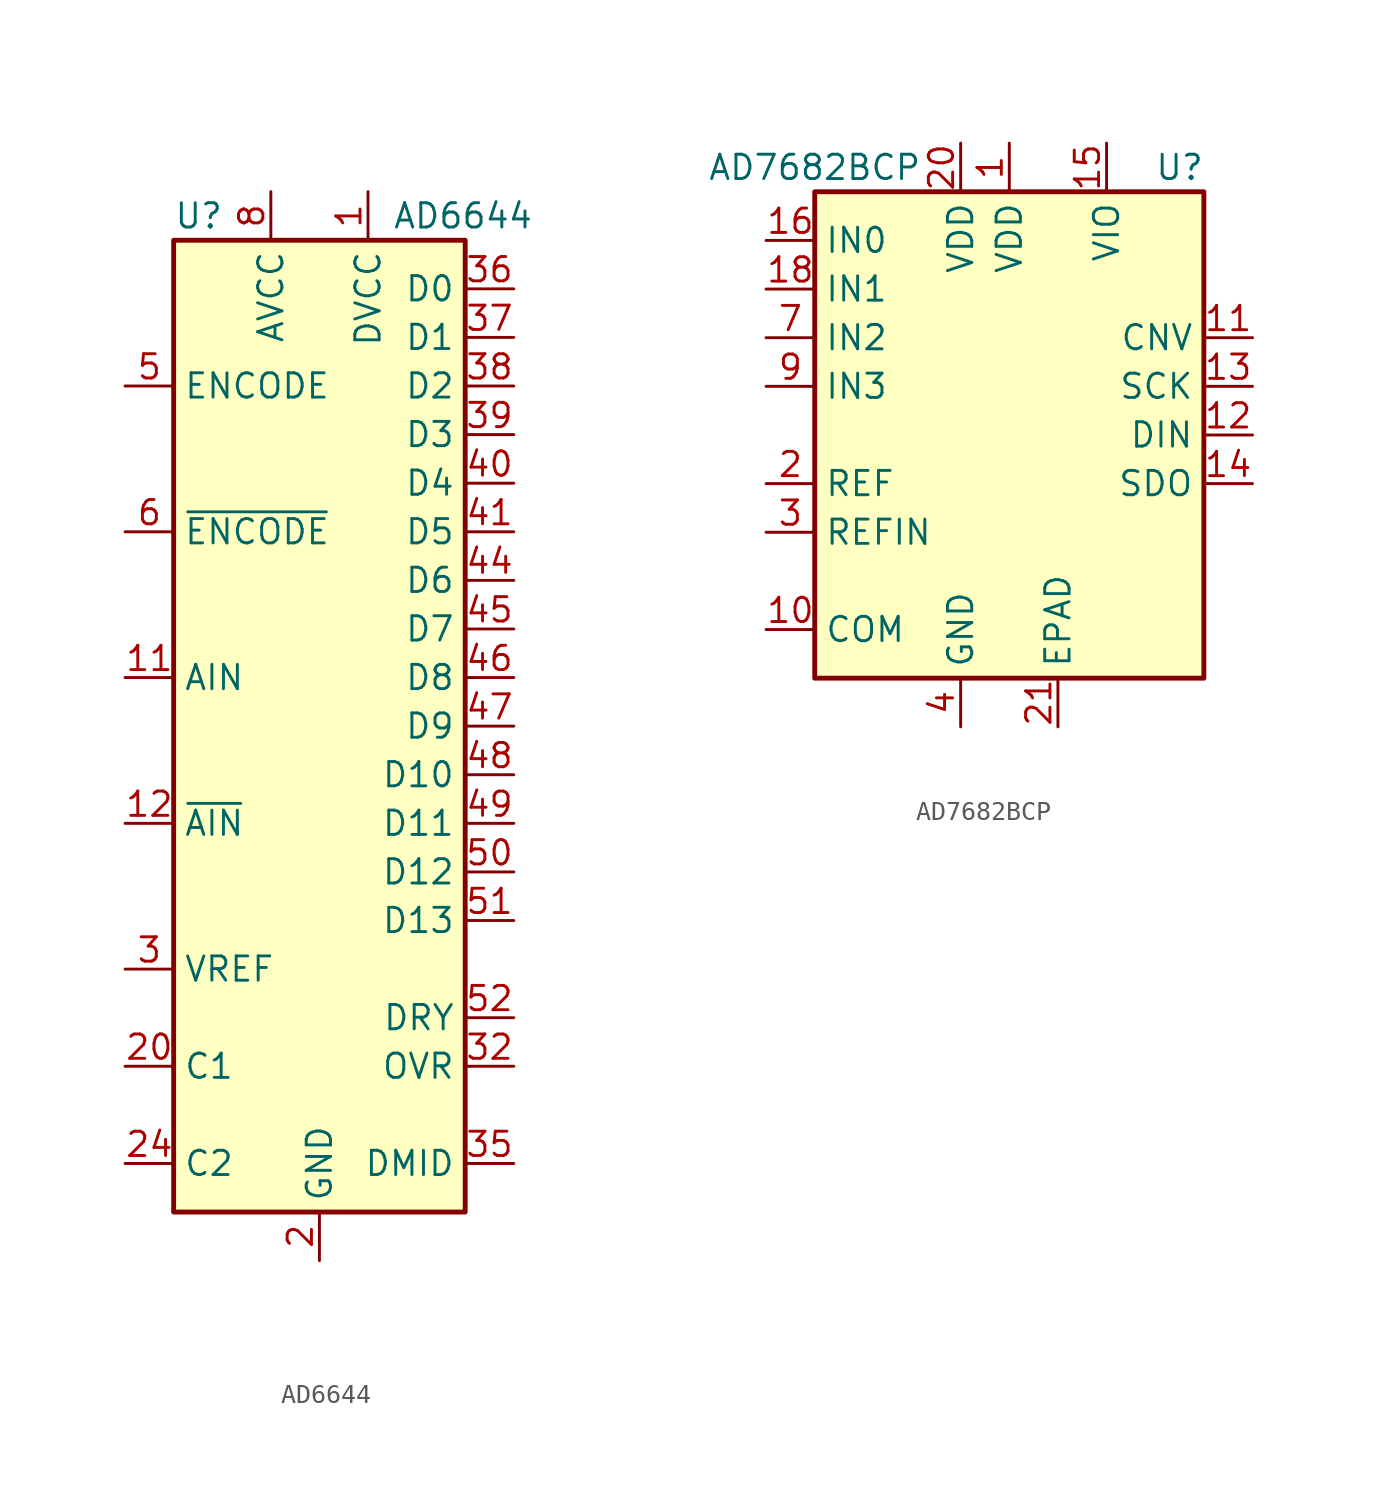
<source format=kicad_sym>
(kicad_symbol_lib
  (version 20200908)
  (generator kicad_symbol_editor)
  (symbol "Analog_ADC:AD6644"
    (property "Reference" "U"
      (at -7.62 26.67 0)
      (effects (font (size 1.27 1.27)) (justify left)))
    (property "Value" "AD6644"
      (at 3.81 26.67 0)
      (effects (font (size 1.27 1.27)) (justify left)))
    (symbol "AD6644_0_1"
      (rectangle (start -7.62 25.4) (end 7.62 -25.4) (stroke (width 0.254)) (fill (type background))))
    (symbol "AD6644_1_1"
      (pin power_in line (at 2.54 27.94 270) (length 2.54) (name "DVCC" (effects (font (size 1.27 1.27)))) (number "1" (effects (font (size 1.27 1.27)))))
      (pin passive line (at 0 -27.94 90) (length 2.54) hide (name "GND" (effects (font (size 1.27 1.27)))) (number "10" (effects (font (size 1.27 1.27)))))
      (pin input line (at -10.16 2.54 0) (length 2.54) (name "AIN" (effects (font (size 1.27 1.27)))) (number "11" (effects (font (size 1.27 1.27)))))
      (pin input line (at -10.16 -5.08 0) (length 2.54) (name "~AIN" (effects (font (size 1.27 1.27)))) (number "12" (effects (font (size 1.27 1.27)))))
      (pin passive line (at 0 -27.94 90) (length 2.54) hide (name "GND" (effects (font (size 1.27 1.27)))) (number "13" (effects (font (size 1.27 1.27)))))
      (pin passive line (at -2.54 27.94 270) (length 2.54) hide (name "AVCC" (effects (font (size 1.27 1.27)))) (number "14" (effects (font (size 1.27 1.27)))))
      (pin passive line (at 0 -27.94 90) (length 2.54) hide (name "GND" (effects (font (size 1.27 1.27)))) (number "15" (effects (font (size 1.27 1.27)))))
      (pin passive line (at -2.54 27.94 270) (length 2.54) hide (name "AVCC" (effects (font (size 1.27 1.27)))) (number "16" (effects (font (size 1.27 1.27)))))
      (pin passive line (at 0 -27.94 90) (length 2.54) hide (name "GND" (effects (font (size 1.27 1.27)))) (number "17" (effects (font (size 1.27 1.27)))))
      (pin passive line (at -2.54 27.94 270) (length 2.54) hide (name "AVCC" (effects (font (size 1.27 1.27)))) (number "18" (effects (font (size 1.27 1.27)))))
      (pin passive line (at 0 -27.94 90) (length 2.54) hide (name "GND" (effects (font (size 1.27 1.27)))) (number "19" (effects (font (size 1.27 1.27)))))
      (pin power_in line (at 0 -27.94 90) (length 2.54) (name "GND" (effects (font (size 1.27 1.27)))) (number "2" (effects (font (size 1.27 1.27)))))
      (pin passive line (at -10.16 -17.78 0) (length 2.54) (name "C1" (effects (font (size 1.27 1.27)))) (number "20" (effects (font (size 1.27 1.27)))))
      (pin passive line (at 0 -27.94 90) (length 2.54) hide (name "GND" (effects (font (size 1.27 1.27)))) (number "21" (effects (font (size 1.27 1.27)))))
      (pin passive line (at -2.54 27.94 270) (length 2.54) hide (name "AVCC" (effects (font (size 1.27 1.27)))) (number "22" (effects (font (size 1.27 1.27)))))
      (pin passive line (at 0 -27.94 90) (length 2.54) hide (name "GND" (effects (font (size 1.27 1.27)))) (number "23" (effects (font (size 1.27 1.27)))))
      (pin passive line (at -10.16 -22.86 0) (length 2.54) (name "C2" (effects (font (size 1.27 1.27)))) (number "24" (effects (font (size 1.27 1.27)))))
      (pin passive line (at 0 -27.94 90) (length 2.54) hide (name "GND" (effects (font (size 1.27 1.27)))) (number "25" (effects (font (size 1.27 1.27)))))
      (pin passive line (at -2.54 27.94 270) (length 2.54) hide (name "AVCC" (effects (font (size 1.27 1.27)))) (number "26" (effects (font (size 1.27 1.27)))))
      (pin passive line (at 0 -27.94 90) (length 2.54) hide (name "GND" (effects (font (size 1.27 1.27)))) (number "27" (effects (font (size 1.27 1.27)))))
      (pin passive line (at -2.54 27.94 270) (length 2.54) hide (name "AVCC" (effects (font (size 1.27 1.27)))) (number "28" (effects (font (size 1.27 1.27)))))
      (pin passive line (at 0 -27.94 90) (length 2.54) hide (name "GND" (effects (font (size 1.27 1.27)))) (number "29" (effects (font (size 1.27 1.27)))))
      (pin passive line (at -10.16 -12.7 0) (length 2.54) (name "VREF" (effects (font (size 1.27 1.27)))) (number "3" (effects (font (size 1.27 1.27)))))
      (pin passive line (at -2.54 27.94 270) (length 2.54) hide (name "AVCC" (effects (font (size 1.27 1.27)))) (number "30" (effects (font (size 1.27 1.27)))))
      (pin unconnected line (at 7.62 -12.7 180) (length 2.54) hide (name "DNC" (effects (font (size 1.27 1.27)))) (number "31" (effects (font (size 1.27 1.27)))))
      (pin output line (at 10.16 -17.78 180) (length 2.54) (name "OVR" (effects (font (size 1.27 1.27)))) (number "32" (effects (font (size 1.27 1.27)))))
      (pin passive line (at 2.54 27.94 270) (length 2.54) hide (name "DVCC" (effects (font (size 1.27 1.27)))) (number "33" (effects (font (size 1.27 1.27)))))
      (pin passive line (at 0 -27.94 90) (length 2.54) hide (name "GND" (effects (font (size 1.27 1.27)))) (number "34" (effects (font (size 1.27 1.27)))))
      (pin output line (at 10.16 -22.86 180) (length 2.54) (name "DMID" (effects (font (size 1.27 1.27)))) (number "35" (effects (font (size 1.27 1.27)))))
      (pin output line (at 10.16 22.86 180) (length 2.54) (name "D0" (effects (font (size 1.27 1.27)))) (number "36" (effects (font (size 1.27 1.27)))))
      (pin output line (at 10.16 20.32 180) (length 2.54) (name "D1" (effects (font (size 1.27 1.27)))) (number "37" (effects (font (size 1.27 1.27)))))
      (pin output line (at 10.16 17.78 180) (length 2.54) (name "D2" (effects (font (size 1.27 1.27)))) (number "38" (effects (font (size 1.27 1.27)))))
      (pin output line (at 10.16 15.24 180) (length 2.54) (name "D3" (effects (font (size 1.27 1.27)))) (number "39" (effects (font (size 1.27 1.27)))))
      (pin passive line (at 0 -27.94 90) (length 2.54) hide (name "GND" (effects (font (size 1.27 1.27)))) (number "4" (effects (font (size 1.27 1.27)))))
      (pin output line (at 10.16 12.7 180) (length 2.54) (name "D4" (effects (font (size 1.27 1.27)))) (number "40" (effects (font (size 1.27 1.27)))))
      (pin output line (at 10.16 10.16 180) (length 2.54) (name "D5" (effects (font (size 1.27 1.27)))) (number "41" (effects (font (size 1.27 1.27)))))
      (pin passive line (at 0 -27.94 90) (length 2.54) hide (name "GND" (effects (font (size 1.27 1.27)))) (number "42" (effects (font (size 1.27 1.27)))))
      (pin passive line (at 2.54 27.94 270) (length 2.54) hide (name "DVCC" (effects (font (size 1.27 1.27)))) (number "43" (effects (font (size 1.27 1.27)))))
      (pin output line (at 10.16 7.62 180) (length 2.54) (name "D6" (effects (font (size 1.27 1.27)))) (number "44" (effects (font (size 1.27 1.27)))))
      (pin output line (at 10.16 5.08 180) (length 2.54) (name "D7" (effects (font (size 1.27 1.27)))) (number "45" (effects (font (size 1.27 1.27)))))
      (pin output line (at 10.16 2.54 180) (length 2.54) (name "D8" (effects (font (size 1.27 1.27)))) (number "46" (effects (font (size 1.27 1.27)))))
      (pin output line (at 10.16 0 180) (length 2.54) (name "D9" (effects (font (size 1.27 1.27)))) (number "47" (effects (font (size 1.27 1.27)))))
      (pin output line (at 10.16 -2.54 180) (length 2.54) (name "D10" (effects (font (size 1.27 1.27)))) (number "48" (effects (font (size 1.27 1.27)))))
      (pin output line (at 10.16 -5.08 180) (length 2.54) (name "D11" (effects (font (size 1.27 1.27)))) (number "49" (effects (font (size 1.27 1.27)))))
      (pin input line (at -10.16 17.78 0) (length 2.54) (name "ENCODE" (effects (font (size 1.27 1.27)))) (number "5" (effects (font (size 1.27 1.27)))))
      (pin output line (at 10.16 -7.62 180) (length 2.54) (name "D12" (effects (font (size 1.27 1.27)))) (number "50" (effects (font (size 1.27 1.27)))))
      (pin output line (at 10.16 -10.16 180) (length 2.54) (name "D13" (effects (font (size 1.27 1.27)))) (number "51" (effects (font (size 1.27 1.27)))))
      (pin output line (at 10.16 -15.24 180) (length 2.54) (name "DRY" (effects (font (size 1.27 1.27)))) (number "52" (effects (font (size 1.27 1.27)))))
      (pin passive line (at 0 -27.94 90) (length 2.54) hide (name "GND" (effects (font (size 1.27 1.27)))) (number "53" (effects (font (size 1.27 1.27)))))
      (pin input line (at -10.16 10.16 0) (length 2.54) (name "~ENCODE" (effects (font (size 1.27 1.27)))) (number "6" (effects (font (size 1.27 1.27)))))
      (pin passive line (at 0 -27.94 90) (length 2.54) hide (name "GND" (effects (font (size 1.27 1.27)))) (number "7" (effects (font (size 1.27 1.27)))))
      (pin power_in line (at -2.54 27.94 270) (length 2.54) (name "AVCC" (effects (font (size 1.27 1.27)))) (number "8" (effects (font (size 1.27 1.27)))))
      (pin passive line (at -2.54 27.94 270) (length 2.54) hide (name "AVCC" (effects (font (size 1.27 1.27)))) (number "9" (effects (font (size 1.27 1.27)))))))
  (symbol "Analog_ADC:AD7682BCP"
    (property "Reference" "U"
      (at 8.89 13.97 0)
      (effects (font (size 1.27 1.27))))
    (property "Value" "AD7682BCP"
      (at -10.16 13.97 0)
      (effects (font (size 1.27 1.27))))
    (symbol "AD7682BCP_0_1"
      (rectangle (start -10.16 12.7) (end 10.16 -12.7) (stroke (width 0.254)) (fill (type background))))
    (symbol "AD7682BCP_1_1"
      (pin power_in line (at 0 15.24 270) (length 2.54) (name "VDD" (effects (font (size 1.27 1.27)))) (number "1" (effects (font (size 1.27 1.27)))))
      (pin input line (at -12.7 -10.16 0) (length 2.54) (name "COM" (effects (font (size 1.27 1.27)))) (number "10" (effects (font (size 1.27 1.27)))))
      (pin input line (at 12.7 5.08 180) (length 2.54) (name "CNV" (effects (font (size 1.27 1.27)))) (number "11" (effects (font (size 1.27 1.27)))))
      (pin input line (at 12.7 0 180) (length 2.54) (name "DIN" (effects (font (size 1.27 1.27)))) (number "12" (effects (font (size 1.27 1.27)))))
      (pin input line (at 12.7 2.54 180) (length 2.54) (name "SCK" (effects (font (size 1.27 1.27)))) (number "13" (effects (font (size 1.27 1.27)))))
      (pin output line (at 12.7 -2.54 180) (length 2.54) (name "SDO" (effects (font (size 1.27 1.27)))) (number "14" (effects (font (size 1.27 1.27)))))
      (pin power_in line (at 5.08 15.24 270) (length 2.54) (name "VIO" (effects (font (size 1.27 1.27)))) (number "15" (effects (font (size 1.27 1.27)))))
      (pin input line (at -12.7 10.16 0) (length 2.54) (name "IN0" (effects (font (size 1.27 1.27)))) (number "16" (effects (font (size 1.27 1.27)))))
      (pin unconnected line (at 10.16 -7.62 180) (length 2.54) hide (name "NC" (effects (font (size 1.27 1.27)))) (number "17" (effects (font (size 1.27 1.27)))))
      (pin input line (at -12.7 7.62 0) (length 2.54) (name "IN1" (effects (font (size 1.27 1.27)))) (number "18" (effects (font (size 1.27 1.27)))))
      (pin unconnected line (at 10.16 -5.08 180) (length 2.54) hide (name "NC" (effects (font (size 1.27 1.27)))) (number "19" (effects (font (size 1.27 1.27)))))
      (pin passive line (at -12.7 -2.54 0) (length 2.54) (name "REF" (effects (font (size 1.27 1.27)))) (number "2" (effects (font (size 1.27 1.27)))))
      (pin power_in line (at -2.54 15.24 270) (length 2.54) (name "VDD" (effects (font (size 1.27 1.27)))) (number "20" (effects (font (size 1.27 1.27)))))
      (pin passive line (at 2.54 -15.24 90) (length 2.54) (name "EPAD" (effects (font (size 1.27 1.27)))) (number "21" (effects (font (size 1.27 1.27)))))
      (pin passive line (at -12.7 -5.08 0) (length 2.54) (name "REFIN" (effects (font (size 1.27 1.27)))) (number "3" (effects (font (size 1.27 1.27)))))
      (pin power_in line (at -2.54 -15.24 90) (length 2.54) (name "GND" (effects (font (size 1.27 1.27)))) (number "4" (effects (font (size 1.27 1.27)))))
      (pin passive line (at -2.54 -15.24 90) (length 2.54) hide (name "GND" (effects (font (size 1.27 1.27)))) (number "5" (effects (font (size 1.27 1.27)))))
      (pin unconnected line (at 10.16 7.62 180) (length 2.54) hide (name "NC" (effects (font (size 1.27 1.27)))) (number "6" (effects (font (size 1.27 1.27)))))
      (pin input line (at -12.7 5.08 0) (length 2.54) (name "IN2" (effects (font (size 1.27 1.27)))) (number "7" (effects (font (size 1.27 1.27)))))
      (pin unconnected line (at 10.16 -10.16 180) (length 2.54) hide (name "NC" (effects (font (size 1.27 1.27)))) (number "8" (effects (font (size 1.27 1.27)))))
      (pin input line (at -12.7 2.54 0) (length 2.54) (name "IN3" (effects (font (size 1.27 1.27)))) (number "9" (effects (font (size 1.27 1.27))))))))
</source>
